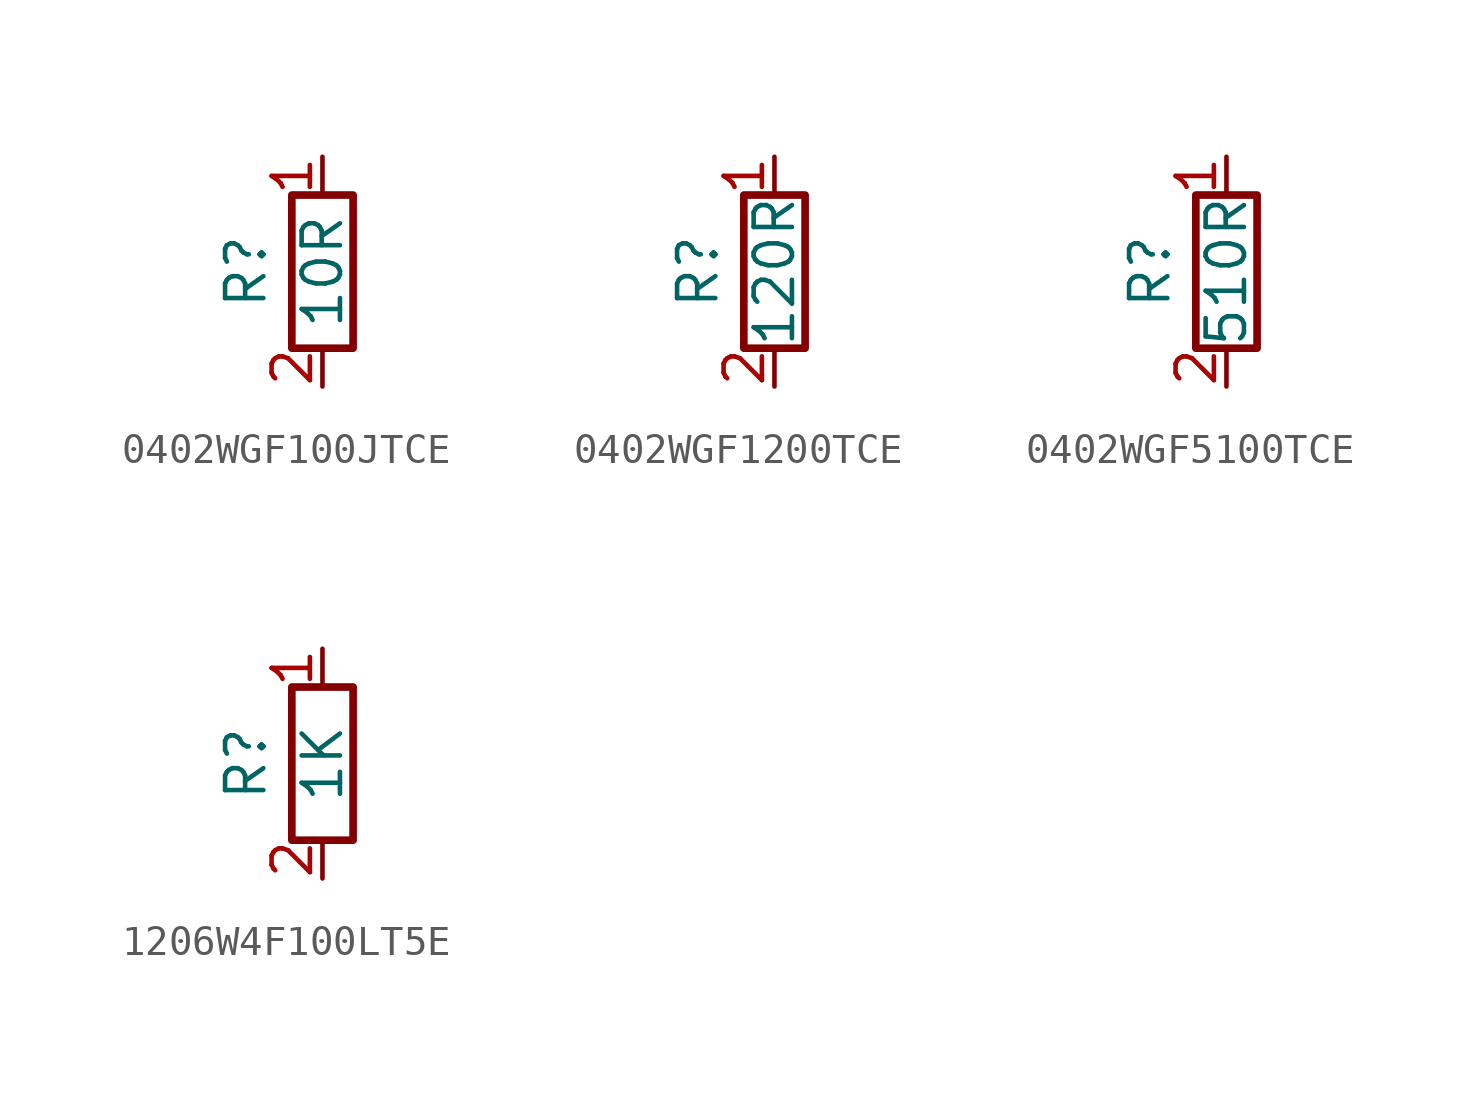
<source format=kicad_sym>
(kicad_symbol_lib
  (version 20211014)
  (generator None)
  (symbol "0402WGF100JTCE"
    (property "Reference" "R"
      (at -2.54 0 90)
      (effects (font (size 1.27 1.27))))
    (property "Value" "10R"
      (at 0 0 90)
      (effects (font (size 1.27 1.27))))
    (symbol "0402WGF100JTCE_0_1"
      (rectangle (start -1.016 -2.54) (end 1.016 2.54) (stroke (width 0.254) (type default)) (fill (type none))))
    (symbol "0402WGF100JTCE_1_1"
      (pin passive line (at 0 3.81 270) (length 1.27) (name "~" (effects (font (size 1.27 1.27)))) (number "1" (effects (font (size 1.27 1.27)))))
      (pin passive line (at 0 -3.81 90) (length 1.27) (name "~" (effects (font (size 1.27 1.27)))) (number "2" (effects (font (size 1.27 1.27)))))))
  (symbol "0402WGF1200TCE"
    (property "Reference" "R"
      (at -2.54 0 90)
      (effects (font (size 1.27 1.27))))
    (property "Value" "120R"
      (at 0 0 90)
      (effects (font (size 1.27 1.27))))
    (symbol "0402WGF1200TCE_0_1"
      (rectangle (start -1.016 -2.54) (end 1.016 2.54) (stroke (width 0.254) (type default)) (fill (type none))))
    (symbol "0402WGF1200TCE_1_1"
      (pin passive line (at 0 3.81 270) (length 1.27) (name "~" (effects (font (size 1.27 1.27)))) (number "1" (effects (font (size 1.27 1.27)))))
      (pin passive line (at 0 -3.81 90) (length 1.27) (name "~" (effects (font (size 1.27 1.27)))) (number "2" (effects (font (size 1.27 1.27)))))))
  (symbol "0402WGF5100TCE"
    (property "Reference" "R"
      (at -2.54 0 90)
      (effects (font (size 1.27 1.27))))
    (property "Value" "510R"
      (at 0 0 90)
      (effects (font (size 1.27 1.27))))
    (symbol "0402WGF5100TCE_0_1"
      (rectangle (start -1.016 -2.54) (end 1.016 2.54) (stroke (width 0.254) (type default)) (fill (type none))))
    (symbol "0402WGF5100TCE_1_1"
      (pin passive line (at 0 3.81 270) (length 1.27) (name "~" (effects (font (size 1.27 1.27)))) (number "1" (effects (font (size 1.27 1.27)))))
      (pin passive line (at 0 -3.81 90) (length 1.27) (name "~" (effects (font (size 1.27 1.27)))) (number "2" (effects (font (size 1.27 1.27)))))))
  (symbol "1206W4F100LT5E"
    (property "Reference" "R"
      (at -2.54 0 90)
      (effects (font (size 1.27 1.27))))
    (property "Value" "1K"
      (at 0 0 90)
      (effects (font (size 1.27 1.27))))
    (symbol "1206W4F100LT5E_0_1"
      (rectangle (start -1.016 -2.54) (end 1.016 2.54) (stroke (width 0.254) (type default)) (fill (type none))))
    (symbol "1206W4F100LT5E_1_1"
      (pin passive line (at 0 3.81 270) (length 1.27) (name "~" (effects (font (size 1.27 1.27)))) (number "1" (effects (font (size 1.27 1.27)))))
      (pin passive line (at 0 -3.81 90) (length 1.27) (name "~" (effects (font (size 1.27 1.27)))) (number "2" (effects (font (size 1.27 1.27))))))))
</source>
